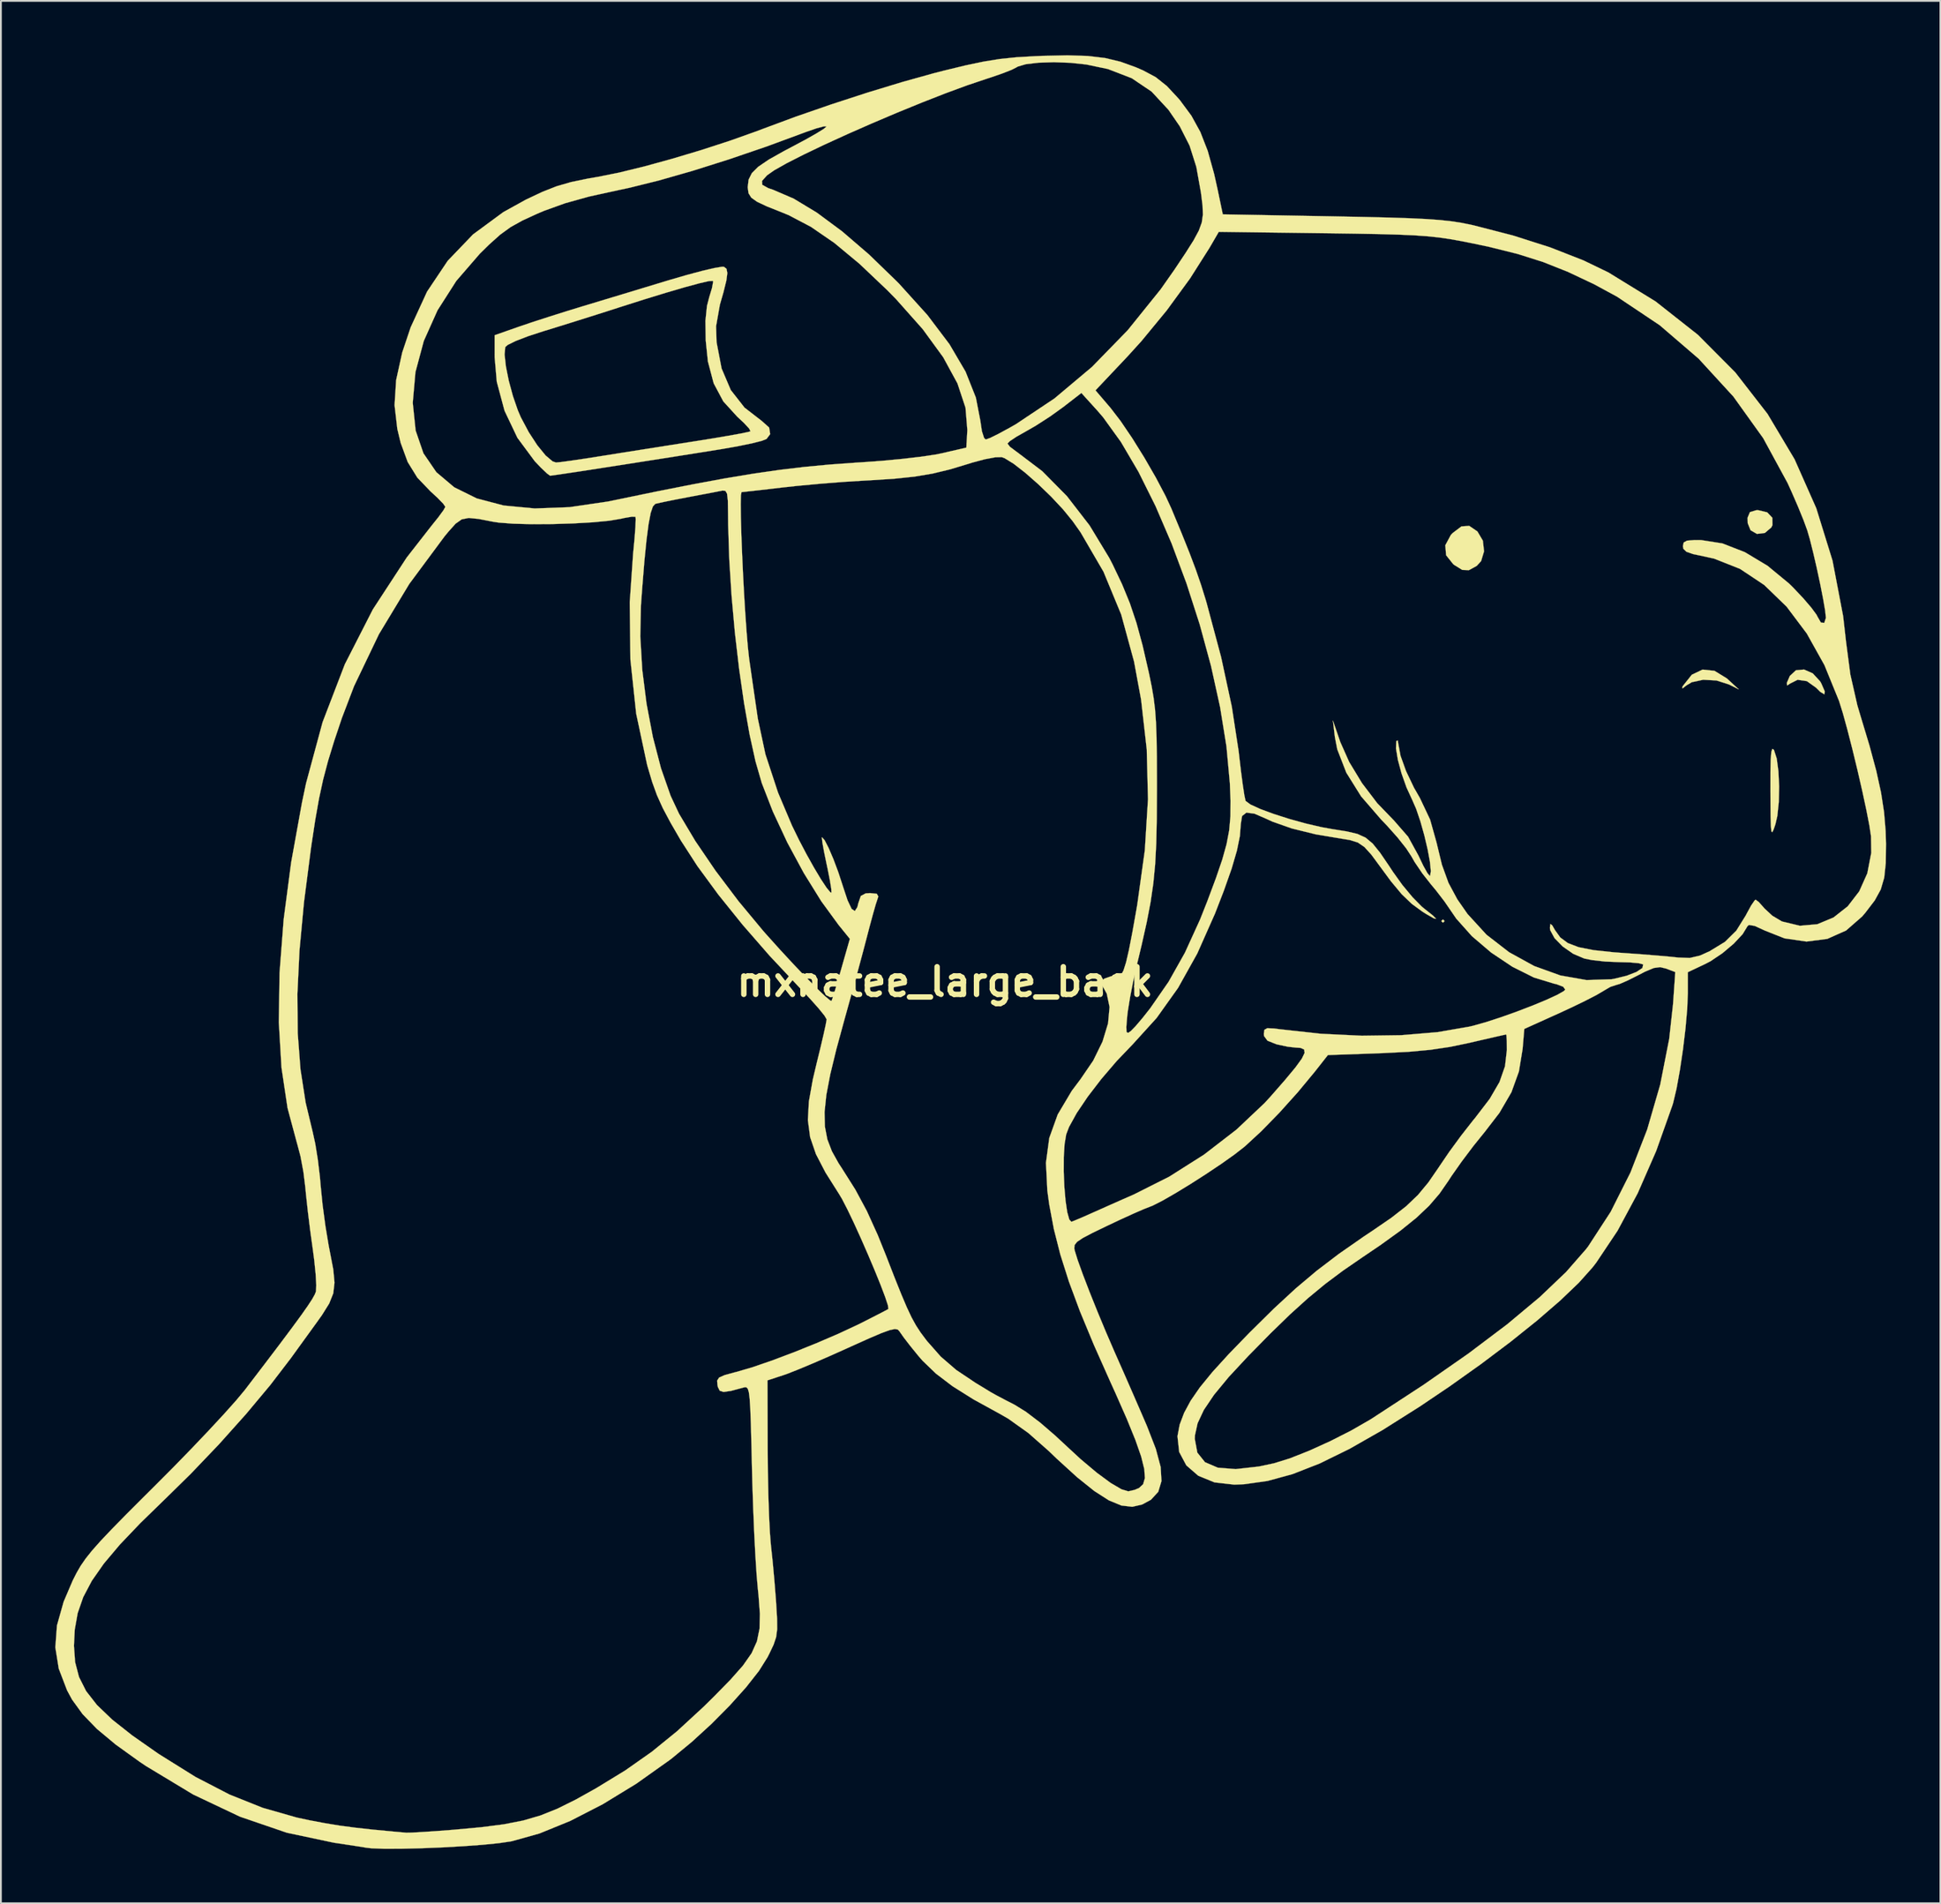
<source format=kicad_pcb>
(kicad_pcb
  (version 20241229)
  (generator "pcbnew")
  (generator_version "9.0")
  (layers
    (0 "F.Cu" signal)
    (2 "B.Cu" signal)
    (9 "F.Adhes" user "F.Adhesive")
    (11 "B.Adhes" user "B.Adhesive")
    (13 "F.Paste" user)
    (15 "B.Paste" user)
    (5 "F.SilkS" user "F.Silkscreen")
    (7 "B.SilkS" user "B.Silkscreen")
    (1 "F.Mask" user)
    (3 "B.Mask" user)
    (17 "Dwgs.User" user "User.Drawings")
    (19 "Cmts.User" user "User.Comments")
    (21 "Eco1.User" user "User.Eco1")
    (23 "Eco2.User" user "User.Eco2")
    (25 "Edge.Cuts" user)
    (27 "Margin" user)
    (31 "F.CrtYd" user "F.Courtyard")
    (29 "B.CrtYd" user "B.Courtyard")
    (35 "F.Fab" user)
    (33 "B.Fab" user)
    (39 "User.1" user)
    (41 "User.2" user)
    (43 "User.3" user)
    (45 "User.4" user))
  (footprint "mxnatee_large_back"
    (layer "F.Cu")
    (at 49.11 51.146)
    (property "Reference" "mxnatee_large_back" (at 0 0 0) (layer "F.SilkS") (effects (font (size 1.524 1.524) (thickness 0.3))))
    (attr through_hole)
    (fp_poly (pts (xy 27.577 -3.356) (xy 27.486 -3.266) (xy 27.396 -3.356) (xy 27.486 -3.447) (xy 27.577 -3.356)) (stroke (width 0.01) (type solid)) (fill yes) (layer "F.SilkS"))
    (fp_poly (pts (xy 45.384 -25.916) (xy 45.669 -25.614) (xy 45.675 -25.214) (xy 45.61 -25.082) (xy 45.254 -24.779) (xy 44.818 -24.726) (xy 44.466 -24.928) (xy 44.309 -25.317) (xy 44.3 -25.617) (xy 44.431 -25.929) (xy 44.773 -26.032) (xy 44.884 -26.035) (xy 45.384 -25.916)) (stroke (width 0.01) (type solid)) (fill yes) (layer "F.SilkS"))
    (fp_poly (pts (xy 42.472 -17.169) (xy 43.157 -16.749) (xy 43.222 -16.69) (xy 43.815 -16.144) (xy 43.271 -16.417) (xy 42.585 -16.635) (xy 41.854 -16.676) (xy 41.219 -16.54) (xy 40.941 -16.374) (xy 40.706 -16.195) (xy 40.7 -16.277) (xy 40.727 -16.329) (xy 41.224 -16.954) (xy 41.817 -17.236) (xy 42.472 -17.169)) (stroke (width 0.01) (type solid)) (fill yes) (layer "F.SilkS"))
    (fp_poly (pts (xy 47.896 -17.029) (xy 48.303 -16.59) (xy 48.371 -16.471) (xy 48.563 -16.027) (xy 48.539 -15.871) (xy 48.309 -16.011) (xy 48.078 -16.239) (xy 47.574 -16.599) (xy 47.062 -16.674) (xy 46.663 -16.474) (xy 46.48 -16.357) (xy 46.471 -16.513) (xy 46.634 -16.885) (xy 46.968 -17.198) (xy 47.42 -17.239) (xy 47.896 -17.029)) (stroke (width 0.01) (type solid)) (fill yes) (layer "F.SilkS"))
    (fp_poly (pts (xy 29.38 -24.867) (xy 29.391 -24.856) (xy 29.689 -24.353) (xy 29.755 -23.764) (xy 29.593 -23.227) (xy 29.351 -22.961) (xy 28.918 -22.724) (xy 28.551 -22.739) (xy 28.105 -23.016) (xy 28.055 -23.055) (xy 27.662 -23.546) (xy 27.616 -24.097) (xy 27.919 -24.662) (xy 28.022 -24.773) (xy 28.508 -25.14) (xy 28.937 -25.169) (xy 29.38 -24.867)) (stroke (width 0.01) (type solid)) (fill yes) (layer "F.SilkS"))
    (fp_poly (pts (xy 45.746 -12.814) (xy 45.76 -12.791) (xy 45.909 -12.329) (xy 46.003 -11.622) (xy 46.042 -10.782) (xy 46.023 -9.923) (xy 45.943 -9.158) (xy 45.84 -8.709) (xy 45.737 -8.405) (xy 45.664 -8.26) (xy 45.616 -8.31) (xy 45.588 -8.594) (xy 45.572 -9.148) (xy 45.565 -10.01) (xy 45.562 -10.523) (xy 45.563 -11.559) (xy 45.578 -12.269) (xy 45.612 -12.69) (xy 45.666 -12.859) (xy 45.746 -12.814)) (stroke (width 0.01) (type solid)) (fill yes) (layer "F.SilkS"))
    (fp_poly (pts (xy -12.2 -39.468) (xy -12.059 -39.357) (xy -12.013 -39.126) (xy -12.067 -38.715) (xy -12.227 -38.067) (xy -12.426 -37.374) (xy -12.635 -36.19) (xy -12.608 -35.308) (xy -12.331 -33.858) (xy -11.824 -32.667) (xy -11.065 -31.697) (xy -10.115 -30.962) (xy -9.705 -30.596) (xy -9.649 -30.234) (xy -9.852 -29.965) (xy -10.115 -29.862) (xy -10.659 -29.725) (xy -11.407 -29.571) (xy -12.281 -29.416) (xy -12.347 -29.405) (xy -13.584 -29.207) (xy -14.888 -29) (xy -16.21 -28.792) (xy -17.5 -28.59) (xy -18.708 -28.402) (xy -19.784 -28.235) (xy -20.678 -28.099) (xy -21.341 -28) (xy -21.722 -27.946) (xy -21.794 -27.938) (xy -21.967 -28.062) (xy -22.303 -28.382) (xy -22.644 -28.74) (xy -23.599 -30.029) (xy -24.31 -31.522) (xy -24.739 -33.125) (xy -24.856 -34.48) (xy -24.856 -34.626) (xy -24.309 -34.626) (xy -24.237 -33.973) (xy -24.077 -33.178) (xy -23.85 -32.338) (xy -23.579 -31.552) (xy -23.412 -31.163) (xy -22.973 -30.338) (xy -22.501 -29.615) (xy -22.045 -29.056) (xy -21.655 -28.727) (xy -21.468 -28.666) (xy -21.188 -28.693) (xy -20.631 -28.769) (xy -19.877 -28.88) (xy -19.004 -29.017) (xy -18.986 -29.02) (xy -17.99 -29.179) (xy -16.769 -29.372) (xy -15.457 -29.579) (xy -14.189 -29.779) (xy -13.8 -29.839) (xy -12.804 -29.999) (xy -11.938 -30.146) (xy -11.264 -30.268) (xy -10.844 -30.356) (xy -10.733 -30.39) (xy -10.812 -30.544) (xy -11.103 -30.858) (xy -11.467 -31.197) (xy -12.235 -32.04) (xy -12.766 -33.036) (xy -13.086 -34.246) (xy -13.206 -35.411) (xy -13.222 -36.488) (xy -13.137 -37.311) (xy -13.01 -37.8) (xy -12.861 -38.293) (xy -12.799 -38.624) (xy -12.809 -38.693) (xy -13.021 -38.682) (xy -13.541 -38.564) (xy -14.335 -38.35) (xy -15.367 -38.048) (xy -16.602 -37.669) (xy -18.005 -37.223) (xy -18.052 -37.207) (xy -19.144 -36.858) (xy -20.357 -36.475) (xy -21.518 -36.113) (xy -22.199 -35.904) (xy -23.03 -35.632) (xy -23.697 -35.374) (xy -24.134 -35.159) (xy -24.272 -35.038) (xy -24.309 -34.626) (xy -24.856 -34.626) (xy -24.856 -35.693) (xy -23.54 -36.155) (xy -22.821 -36.399) (xy -21.884 -36.703) (xy -20.861 -37.026) (xy -20.048 -37.275) (xy -19.033 -37.582) (xy -17.814 -37.95) (xy -16.534 -38.338) (xy -15.336 -38.701) (xy -15.169 -38.751) (xy -14.22 -39.027) (xy -13.382 -39.25) (xy -12.72 -39.404) (xy -12.302 -39.472) (xy -12.2 -39.468)) (stroke (width 0.01) (type solid)) (fill yes) (layer "F.SilkS"))
    (fp_poly (pts (xy 7.887 -51.106) (xy 8.833 -50.993) (xy 9.687 -50.789) (xy 10.539 -50.481) (xy 10.932 -50.311) (xy 11.632 -49.936) (xy 12.246 -49.448) (xy 12.895 -48.75) (xy 12.98 -48.648) (xy 13.599 -47.811) (xy 14.094 -46.912) (xy 14.502 -45.867) (xy 14.857 -44.591) (xy 15.05 -43.724) (xy 15.334 -42.364) (xy 21.41 -42.253) (xy 23.123 -42.22) (xy 24.521 -42.186) (xy 25.652 -42.149) (xy 26.563 -42.105) (xy 27.302 -42.052) (xy 27.917 -41.986) (xy 28.456 -41.905) (xy 28.966 -41.805) (xy 29.171 -41.759) (xy 31.355 -41.196) (xy 33.404 -40.542) (xy 35.24 -39.823) (xy 36.616 -39.159) (xy 39.22 -37.559) (xy 41.557 -35.717) (xy 43.62 -33.643) (xy 45.401 -31.35) (xy 46.894 -28.846) (xy 48.092 -26.144) (xy 48.988 -23.254) (xy 49.575 -20.187) (xy 49.73 -18.814) (xy 49.972 -16.967) (xy 50.359 -15.267) (xy 50.534 -14.679) (xy 51.031 -13.033) (xy 51.403 -11.649) (xy 51.666 -10.453) (xy 51.833 -9.371) (xy 51.92 -8.33) (xy 51.941 -7.62) (xy 51.928 -6.558) (xy 51.843 -5.753) (xy 51.651 -5.098) (xy 51.317 -4.491) (xy 50.808 -3.825) (xy 50.627 -3.611) (xy 49.74 -2.836) (xy 48.7 -2.372) (xy 47.552 -2.225) (xy 46.341 -2.402) (xy 45.271 -2.825) (xy 44.692 -3.089) (xy 44.374 -3.142) (xy 44.294 -3.071) (xy 44.028 -2.634) (xy 43.538 -2.11) (xy 42.917 -1.585) (xy 42.262 -1.144) (xy 41.985 -0.998) (xy 41.003 -0.534) (xy 41.003 0.634) (xy 40.968 1.502) (xy 40.874 2.569) (xy 40.735 3.726) (xy 40.565 4.867) (xy 40.381 5.885) (xy 40.195 6.671) (xy 40.155 6.804) (xy 39.254 9.339) (xy 38.236 11.666) (xy 37.124 13.736) (xy 35.944 15.501) (xy 35.74 15.765) (xy 34.988 16.606) (xy 33.958 17.591) (xy 32.688 18.689) (xy 31.218 19.868) (xy 29.587 21.096) (xy 27.834 22.343) (xy 26.207 23.44) (xy 24.158 24.734) (xy 22.325 25.779) (xy 20.676 26.587) (xy 19.179 27.172) (xy 17.8 27.549) (xy 16.509 27.73) (xy 15.966 27.751) (xy 14.874 27.627) (xy 13.982 27.261) (xy 13.322 26.689) (xy 12.928 25.949) (xy 12.85 25.234) (xy 13.789 25.234) (xy 13.929 25.985) (xy 14.352 26.513) (xy 15.058 26.816) (xy 16.047 26.895) (xy 17.322 26.752) (xy 18.163 26.573) (xy 19.037 26.302) (xy 20.109 25.878) (xy 21.273 25.349) (xy 22.424 24.764) (xy 23.458 24.17) (xy 23.586 24.09) (xy 26.412 22.244) (xy 28.894 20.514) (xy 31.034 18.9) (xy 32.829 17.401) (xy 34.281 16.018) (xy 35.389 14.75) (xy 35.505 14.598) (xy 36.746 12.692) (xy 37.839 10.519) (xy 38.759 8.153) (xy 39.48 5.669) (xy 39.976 3.143) (xy 40.187 1.227) (xy 40.311 -0.54) (xy 39.808 -0.732) (xy 39.476 -0.813) (xy 39.126 -0.766) (xy 38.646 -0.565) (xy 38.269 -0.371) (xy 37.699 -0.084) (xy 37.242 0.115) (xy 37.014 0.181) (xy 36.722 0.279) (xy 36.322 0.513) (xy 36.314 0.519) (xy 35.956 0.729) (xy 35.354 1.039) (xy 34.598 1.406) (xy 33.904 1.727) (xy 31.976 2.598) (xy 31.883 3.703) (xy 31.679 4.947) (xy 31.265 6.094) (xy 30.6 7.235) (xy 29.802 8.271) (xy 29.169 9.056) (xy 28.522 9.915) (xy 27.966 10.706) (xy 27.783 10.987) (xy 27.294 11.692) (xy 26.725 12.354) (xy 26.026 13.017) (xy 25.145 13.728) (xy 24.032 14.531) (xy 23.041 15.202) (xy 21.963 15.944) (xy 20.982 16.678) (xy 20.033 17.462) (xy 19.048 18.353) (xy 17.962 19.408) (xy 16.734 20.657) (xy 15.658 21.815) (xy 14.85 22.794) (xy 14.286 23.631) (xy 13.943 24.363) (xy 13.797 25.027) (xy 13.789 25.234) (xy 12.85 25.234) (xy 12.834 25.077) (xy 12.955 24.437) (xy 13.201 23.788) (xy 13.562 23.118) (xy 14.069 22.384) (xy 14.756 21.543) (xy 15.655 20.555) (xy 16.798 19.375) (xy 16.829 19.344) (xy 18.161 18.029) (xy 19.361 16.921) (xy 20.52 15.945) (xy 21.732 15.022) (xy 23.088 14.077) (xy 23.586 13.745) (xy 24.641 13.021) (xy 25.456 12.385) (xy 26.109 11.761) (xy 26.683 11.069) (xy 27.259 10.232) (xy 27.295 10.176) (xy 27.833 9.385) (xy 28.488 8.491) (xy 29.135 7.663) (xy 29.262 7.51) (xy 30.069 6.456) (xy 30.608 5.529) (xy 30.912 4.659) (xy 31.014 3.774) (xy 31.014 3.765) (xy 31.011 3.262) (xy 30.991 2.952) (xy 30.976 2.903) (xy 30.79 2.942) (xy 30.325 3.047) (xy 29.651 3.202) (xy 28.935 3.368) (xy 27.864 3.591) (xy 26.79 3.75) (xy 25.597 3.86) (xy 24.167 3.933) (xy 24.039 3.937) (xy 21.136 4.04) (xy 20.411 4.961) (xy 19.474 6.092) (xy 18.46 7.219) (xy 17.46 8.244) (xy 16.565 9.07) (xy 16.52 9.108) (xy 15.977 9.531) (xy 15.252 10.045) (xy 14.418 10.603) (xy 13.549 11.16) (xy 12.718 11.667) (xy 11.998 12.08) (xy 11.463 12.352) (xy 11.287 12.42) (xy 10.962 12.548) (xy 10.393 12.796) (xy 9.666 13.128) (xy 8.96 13.461) (xy 8.143 13.856) (xy 7.605 14.139) (xy 7.292 14.349) (xy 7.154 14.527) (xy 7.137 14.711) (xy 7.162 14.835) (xy 7.323 15.354) (xy 7.603 16.133) (xy 7.974 17.099) (xy 8.407 18.179) (xy 8.874 19.302) (xy 9.346 20.396) (xy 9.433 20.592) (xy 9.896 21.64) (xy 10.413 22.822) (xy 10.906 23.957) (xy 11.148 24.518) (xy 11.636 25.775) (xy 11.904 26.776) (xy 11.95 27.555) (xy 11.772 28.147) (xy 11.368 28.586) (xy 10.884 28.848) (xy 10.338 28.974) (xy 9.737 28.904) (xy 9.05 28.621) (xy 8.246 28.106) (xy 7.294 27.343) (xy 6.164 26.314) (xy 5.736 25.902) (xy 4.603 24.903) (xy 3.492 24.111) (xy 3.014 23.837) (xy 1.568 23.043) (xy 0.414 22.317) (xy -0.502 21.62) (xy -1.234 20.915) (xy -1.455 20.662) (xy -1.907 20.106) (xy -2.279 19.624) (xy -2.497 19.313) (xy -2.509 19.294) (xy -2.603 19.191) (xy -2.769 19.162) (xy -3.057 19.223) (xy -3.514 19.39) (xy -4.192 19.679) (xy -5.139 20.105) (xy -5.333 20.193) (xy -6.316 20.634) (xy -7.258 21.043) (xy -8.078 21.386) (xy -8.692 21.628) (xy -8.89 21.698) (xy -9.797 21.995) (xy -9.787 25.829) (xy -9.776 27.084) (xy -9.75 28.317) (xy -9.712 29.447) (xy -9.665 30.389) (xy -9.612 31.06) (xy -9.606 31.115) (xy -9.513 31.993) (xy -9.417 33.043) (xy -9.335 34.074) (xy -9.317 34.337) (xy -9.268 35.16) (xy -9.263 35.734) (xy -9.321 36.171) (xy -9.459 36.583) (xy -9.696 37.083) (xy -9.791 37.271) (xy -10.267 38.031) (xy -10.981 38.939) (xy -11.877 39.937) (xy -12.895 40.963) (xy -13.98 41.956) (xy -15.074 42.858) (xy -15.205 42.958) (xy -17.045 44.264) (xy -18.891 45.392) (xy -20.689 46.316) (xy -22.382 47.006) (xy -23.915 47.435) (xy -23.962 47.444) (xy -24.618 47.54) (xy -25.519 47.63) (xy -26.587 47.709) (xy -27.742 47.775) (xy -28.904 47.822) (xy -29.993 47.849) (xy -30.931 47.852) (xy -31.638 47.826) (xy -31.931 47.794) (xy -32.333 47.728) (xy -32.963 47.631) (xy -33.688 47.522) (xy -33.735 47.515) (xy -36.328 46.965) (xy -38.909 46.081) (xy -41.497 44.855) (xy -44.111 43.278) (xy -44.45 43.05) (xy -45.777 42.096) (xy -46.811 41.234) (xy -47.598 40.422) (xy -48.182 39.616) (xy -48.456 39.11) (xy -48.917 37.907) (xy -49.105 36.735) (xy -49.098 36.646) (xy -48.079 36.646) (xy -48.014 37.548) (xy -47.8 38.368) (xy -47.408 39.146) (xy -46.806 39.918) (xy -45.965 40.723) (xy -44.855 41.6) (xy -43.446 42.586) (xy -43.361 42.642) (xy -41.371 43.884) (xy -39.497 44.855) (xy -37.658 45.591) (xy -35.774 46.129) (xy -35.089 46.276) (xy -34.237 46.437) (xy -33.428 46.57) (xy -32.569 46.685) (xy -31.571 46.795) (xy -30.339 46.911) (xy -29.735 46.965) (xy -29.451 46.96) (xy -28.884 46.929) (xy -28.114 46.878) (xy -27.222 46.81) (xy -27.132 46.802) (xy -25.599 46.662) (xy -24.344 46.5) (xy -23.281 46.292) (xy -22.324 46.012) (xy -21.387 45.636) (xy -20.385 45.139) (xy -19.256 44.509) (xy -17.643 43.523) (xy -16.187 42.5) (xy -14.786 41.361) (xy -13.334 40.023) (xy -12.774 39.472) (xy -11.843 38.522) (xy -11.152 37.741) (xy -10.674 37.058) (xy -10.378 36.401) (xy -10.235 35.698) (xy -10.216 34.877) (xy -10.291 33.867) (xy -10.33 33.491) (xy -10.397 32.725) (xy -10.464 31.677) (xy -10.529 30.429) (xy -10.586 29.06) (xy -10.633 27.652) (xy -10.652 26.882) (xy -10.685 25.476) (xy -10.714 24.391) (xy -10.744 23.589) (xy -10.779 23.027) (xy -10.823 22.665) (xy -10.882 22.463) (xy -10.959 22.38) (xy -11.059 22.376) (xy -11.139 22.396) (xy -11.812 22.577) (xy -12.218 22.636) (xy -12.433 22.568) (xy -12.534 22.364) (xy -12.556 22.262) (xy -12.576 22.011) (xy -12.469 21.843) (xy -12.161 21.705) (xy -11.58 21.547) (xy -11.498 21.527) (xy -10.65 21.28) (xy -9.57 20.909) (xy -8.352 20.451) (xy -7.091 19.943) (xy -5.879 19.422) (xy -4.811 18.924) (xy -4.626 18.832) (xy -3.978 18.503) (xy -3.466 18.24) (xy -3.168 18.082) (xy -3.124 18.056) (xy -3.148 17.859) (xy -3.3 17.396) (xy -3.552 16.731) (xy -3.879 15.925) (xy -4.253 15.041) (xy -4.647 14.142) (xy -5.034 13.291) (xy -5.389 12.551) (xy -5.683 11.983) (xy -5.835 11.727) (xy -6.593 10.527) (xy -7.123 9.506) (xy -7.443 8.572) (xy -7.567 7.635) (xy -7.512 6.603) (xy -7.294 5.387) (xy -7.095 4.545) (xy -6.882 3.676) (xy -6.706 2.926) (xy -6.584 2.37) (xy -6.532 2.082) (xy -6.531 2.069) (xy -6.652 1.862) (xy -6.98 1.457) (xy -7.467 0.91) (xy -8.063 0.281) (xy -8.097 0.245) (xy -9.679 -1.44) (xy -11.166 -3.147) (xy -12.511 -4.817) (xy -13.664 -6.389) (xy -14.577 -7.801) (xy -15.154 -8.798) (xy -15.579 -9.598) (xy -15.898 -10.305) (xy -16.159 -11.025) (xy -16.408 -11.863) (xy -16.444 -11.995) (xy -17.044 -14.804) (xy -17.364 -17.804) (xy -17.378 -19.071) (xy -16.819 -19.071) (xy -16.711 -17.236) (xy -16.474 -15.354) (xy -16.123 -13.509) (xy -15.675 -11.787) (xy -15.145 -10.272) (xy -14.682 -9.285) (xy -13.783 -7.777) (xy -12.667 -6.137) (xy -11.4 -4.457) (xy -10.05 -2.832) (xy -9.869 -2.626) (xy -9.104 -1.775) (xy -8.356 -0.967) (xy -7.665 -0.242) (xy -7.07 0.36) (xy -6.612 0.798) (xy -6.33 1.031) (xy -6.262 1.054) (xy -6.194 0.867) (xy -6.053 0.409) (xy -5.86 -0.241) (xy -5.732 -0.688) (xy -5.25 -2.375) (xy -5.869 -3.138) (xy -6.825 -4.447) (xy -7.789 -6.002) (xy -8.702 -7.692) (xy -9.502 -9.405) (xy -10.112 -10.976) (xy -10.457 -12.17) (xy -10.786 -13.662) (xy -11.09 -15.387) (xy -11.363 -17.279) (xy -11.595 -19.274) (xy -11.779 -21.308) (xy -11.906 -23.314) (xy -11.968 -25.228) (xy -11.974 -25.882) (xy -11.981 -26.385) (xy -11.275 -26.385) (xy -11.267 -25.662) (xy -11.242 -24.749) (xy -11.202 -23.703) (xy -11.151 -22.581) (xy -11.091 -21.442) (xy -11.024 -20.342) (xy -10.953 -19.339) (xy -10.882 -18.49) (xy -10.812 -17.852) (xy -10.802 -17.78) (xy -10.661 -16.798) (xy -10.512 -15.772) (xy -10.38 -14.864) (xy -10.33 -14.523) (xy -9.911 -12.561) (xy -9.216 -10.448) (xy -8.448 -8.633) (xy -8.07 -7.857) (xy -7.654 -7.063) (xy -7.235 -6.313) (xy -6.85 -5.669) (xy -6.534 -5.191) (xy -6.325 -4.941) (xy -6.267 -4.924) (xy -6.274 -5.119) (xy -6.348 -5.58) (xy -6.475 -6.224) (xy -6.531 -6.486) (xy -6.671 -7.164) (xy -6.764 -7.682) (xy -6.796 -7.958) (xy -6.789 -7.983) (xy -6.646 -7.823) (xy -6.426 -7.398) (xy -6.164 -6.787) (xy -5.895 -6.071) (xy -5.651 -5.328) (xy -5.648 -5.316) (xy -5.376 -4.497) (xy -5.154 -4.03) (xy -4.977 -3.908) (xy -4.837 -4.124) (xy -4.783 -4.342) (xy -4.647 -4.739) (xy -4.375 -4.885) (xy -4.131 -4.899) (xy -3.763 -4.862) (xy -3.68 -4.713) (xy -3.722 -4.581) (xy -3.823 -4.274) (xy -3.984 -3.709) (xy -4.18 -2.983) (xy -4.295 -2.54) (xy -4.506 -1.735) (xy -4.785 -0.696) (xy -5.101 0.462) (xy -5.423 1.626) (xy -5.54 2.046) (xy -5.997 3.722) (xy -6.333 5.105) (xy -6.55 6.244) (xy -6.648 7.189) (xy -6.629 7.989) (xy -6.494 8.693) (xy -6.242 9.35) (xy -5.875 10.009) (xy -5.679 10.31) (xy -4.948 11.467) (xy -4.313 12.649) (xy -3.71 13.978) (xy -3.274 15.059) (xy -2.794 16.293) (xy -2.413 17.243) (xy -2.105 17.968) (xy -1.844 18.522) (xy -1.601 18.964) (xy -1.35 19.349) (xy -1.063 19.733) (xy -0.992 19.825) (xy -0.234 20.685) (xy 0.62 21.421) (xy 1.694 22.14) (xy 1.751 22.174) (xy 2.198 22.445) (xy 2.54 22.654) (xy 2.841 22.822) (xy 3.346 23.089) (xy 3.844 23.344) (xy 4.47 23.732) (xy 5.25 24.325) (xy 6.098 25.056) (xy 6.53 25.459) (xy 7.495 26.351) (xy 8.38 27.094) (xy 9.143 27.657) (xy 9.743 28.009) (xy 10.117 28.121) (xy 10.474 28.04) (xy 10.716 27.934) (xy 10.937 27.728) (xy 11.035 27.391) (xy 11.002 26.893) (xy 10.831 26.204) (xy 10.514 25.295) (xy 10.043 24.136) (xy 9.409 22.697) (xy 9.153 22.134) (xy 8.217 20.033) (xy 7.452 18.188) (xy 6.841 16.544) (xy 6.367 15.049) (xy 6.011 13.648) (xy 5.755 12.288) (xy 5.65 11.521) (xy 5.598 10.476) (xy 6.554 10.476) (xy 6.588 11.305) (xy 6.654 12.074) (xy 6.747 12.706) (xy 6.862 13.121) (xy 6.975 13.244) (xy 7.157 13.175) (xy 7.584 12.994) (xy 8.169 12.735) (xy 8.28 12.686) (xy 9.053 12.341) (xy 9.844 11.99) (xy 10.431 11.733) (xy 12.38 10.752) (xy 14.3 9.535) (xy 16.088 8.156) (xy 17.642 6.689) (xy 17.97 6.33) (xy 18.772 5.413) (xy 19.342 4.727) (xy 19.696 4.24) (xy 19.851 3.919) (xy 19.824 3.732) (xy 19.631 3.646) (xy 19.357 3.628) (xy 18.917 3.578) (xy 18.359 3.459) (xy 18.279 3.438) (xy 17.801 3.247) (xy 17.611 2.99) (xy 17.599 2.87) (xy 17.631 2.646) (xy 17.791 2.557) (xy 18.17 2.574) (xy 18.46 2.613) (xy 20.74 2.864) (xy 23.008 2.974) (xy 25.184 2.944) (xy 27.191 2.776) (xy 28.95 2.471) (xy 29.164 2.42) (xy 29.879 2.218) (xy 30.711 1.946) (xy 31.59 1.632) (xy 32.445 1.303) (xy 33.205 0.988) (xy 33.802 0.713) (xy 34.163 0.506) (xy 34.238 0.429) (xy 34.124 0.269) (xy 33.749 0.127) (xy 33.618 0.099) (xy 32.507 -0.24) (xy 31.32 -0.834) (xy 30.148 -1.617) (xy 29.084 -2.524) (xy 28.222 -3.49) (xy 27.937 -3.906) (xy 27.572 -4.438) (xy 27.096 -5.057) (xy 26.819 -5.39) (xy 26.35 -5.986) (xy 25.924 -6.615) (xy 25.748 -6.924) (xy 25.457 -7.37) (xy 24.982 -7.968) (xy 24.401 -8.621) (xy 24.074 -8.962) (xy 22.968 -10.241) (xy 22.153 -11.547) (xy 21.653 -12.835) (xy 21.521 -13.516) (xy 21.413 -14.424) (xy 21.819 -13.24) (xy 22.31 -12.137) (xy 23.018 -10.969) (xy 23.858 -9.864) (xy 24.74 -8.95) (xy 24.756 -8.936) (xy 25.562 -8.011) (xy 26.126 -6.985) (xy 26.402 -6.408) (xy 26.628 -6.004) (xy 26.763 -5.846) (xy 26.775 -5.85) (xy 26.82 -6.107) (xy 26.769 -6.623) (xy 26.642 -7.31) (xy 26.46 -8.084) (xy 26.242 -8.858) (xy 26.009 -9.547) (xy 25.788 -10.051) (xy 25.472 -10.74) (xy 25.2 -11.509) (xy 24.998 -12.257) (xy 24.894 -12.882) (xy 24.914 -13.284) (xy 24.918 -13.294) (xy 24.992 -13.326) (xy 25.023 -13.131) (xy 25.145 -12.477) (xy 25.446 -11.64) (xy 25.884 -10.722) (xy 26.214 -10.146) (xy 26.777 -8.956) (xy 27.13 -7.696) (xy 27.428 -6.466) (xy 27.791 -5.464) (xy 28.278 -4.557) (xy 28.843 -3.746) (xy 29.89 -2.602) (xy 31.139 -1.635) (xy 32.521 -0.875) (xy 33.968 -0.353) (xy 35.412 -0.099) (xy 36.785 -0.143) (xy 36.932 -0.168) (xy 37.626 -0.337) (xy 38.169 -0.547) (xy 38.494 -0.763) (xy 38.537 -0.952) (xy 38.522 -0.969) (xy 38.292 -1.03) (xy 37.806 -1.074) (xy 37.208 -1.09) (xy 36.448 -1.121) (xy 35.716 -1.203) (xy 35.288 -1.288) (xy 34.678 -1.548) (xy 34.099 -1.951) (xy 33.645 -2.414) (xy 33.406 -2.856) (xy 33.39 -2.984) (xy 33.417 -3.198) (xy 33.516 -3.122) (xy 33.667 -2.86) (xy 33.963 -2.449) (xy 34.382 -2.14) (xy 34.978 -1.913) (xy 35.808 -1.75) (xy 36.926 -1.631) (xy 37.374 -1.598) (xy 38.335 -1.53) (xy 39.247 -1.457) (xy 40.004 -1.391) (xy 40.478 -1.341) (xy 41.106 -1.318) (xy 41.675 -1.451) (xy 42.202 -1.689) (xy 43.054 -2.209) (xy 43.68 -2.828) (xy 44.204 -3.671) (xy 44.252 -3.765) (xy 44.499 -4.216) (xy 44.69 -4.494) (xy 44.745 -4.536) (xy 44.918 -4.408) (xy 45.197 -4.096) (xy 45.225 -4.06) (xy 45.667 -3.65) (xy 46.198 -3.334) (xy 47.188 -3.096) (xy 48.15 -3.181) (xy 49.043 -3.552) (xy 49.828 -4.169) (xy 50.464 -4.995) (xy 50.91 -5.991) (xy 51.128 -7.118) (xy 51.114 -8.039) (xy 51.024 -8.633) (xy 50.857 -9.493) (xy 50.633 -10.533) (xy 50.372 -11.67) (xy 50.093 -12.82) (xy 49.817 -13.898) (xy 49.564 -14.82) (xy 49.352 -15.501) (xy 48.543 -17.485) (xy 47.57 -19.228) (xy 46.456 -20.71) (xy 45.219 -21.907) (xy 43.882 -22.797) (xy 42.464 -23.358) (xy 41.981 -23.467) (xy 41.309 -23.608) (xy 40.925 -23.741) (xy 40.758 -23.902) (xy 40.731 -24.05) (xy 40.774 -24.251) (xy 40.962 -24.354) (xy 41.378 -24.386) (xy 41.746 -24.383) (xy 42.911 -24.2) (xy 44.151 -23.718) (xy 45.399 -22.969) (xy 46.588 -21.988) (xy 46.824 -21.756) (xy 47.371 -21.177) (xy 47.819 -20.655) (xy 48.104 -20.267) (xy 48.168 -20.144) (xy 48.347 -19.834) (xy 48.532 -19.812) (xy 48.623 -20.086) (xy 48.623 -20.11) (xy 48.582 -20.496) (xy 48.471 -21.141) (xy 48.312 -21.951) (xy 48.123 -22.833) (xy 47.924 -23.693) (xy 47.737 -24.438) (xy 47.593 -24.932) (xy 47.388 -25.49) (xy 47.077 -26.252) (xy 46.71 -27.095) (xy 46.505 -27.544) (xy 45.163 -30.011) (xy 43.518 -32.306) (xy 41.603 -34.395) (xy 39.451 -36.245) (xy 37.093 -37.822) (xy 35.817 -38.514) (xy 34.381 -39.191) (xy 33.026 -39.73) (xy 31.623 -40.175) (xy 30.047 -40.568) (xy 29.181 -40.752) (xy 28.483 -40.891) (xy 27.861 -41.002) (xy 27.258 -41.089) (xy 26.621 -41.156) (xy 25.896 -41.207) (xy 25.028 -41.245) (xy 23.962 -41.275) (xy 22.645 -41.299) (xy 21.022 -41.322) (xy 20.937 -41.323) (xy 15.113 -41.399) (xy 14.603 -40.521) (xy 13.527 -38.826) (xy 12.241 -37.065) (xy 10.842 -35.367) (xy 10.067 -34.513) (xy 8.307 -32.65) (xy 9.14 -31.676) (xy 9.693 -30.956) (xy 10.336 -30.008) (xy 11.005 -28.933) (xy 11.639 -27.834) (xy 12.177 -26.814) (xy 12.495 -26.126) (xy 13.056 -24.774) (xy 13.497 -23.674) (xy 13.845 -22.751) (xy 14.13 -21.925) (xy 14.381 -21.121) (xy 14.442 -20.911) (xy 15.241 -17.927) (xy 15.831 -15.193) (xy 16.209 -12.73) (xy 16.228 -12.56) (xy 16.334 -11.656) (xy 16.436 -10.882) (xy 16.523 -10.308) (xy 16.587 -10.008) (xy 16.596 -9.986) (xy 16.86 -9.79) (xy 17.402 -9.542) (xy 18.144 -9.268) (xy 19.008 -8.992) (xy 19.917 -8.74) (xy 20.795 -8.536) (xy 21.364 -8.434) (xy 22.172 -8.305) (xy 22.764 -8.166) (xy 23.215 -7.961) (xy 23.605 -7.636) (xy 24.009 -7.137) (xy 24.505 -6.41) (xy 24.733 -6.063) (xy 25.249 -5.344) (xy 25.808 -4.672) (xy 26.312 -4.16) (xy 26.457 -4.04) (xy 26.936 -3.66) (xy 27.111 -3.479) (xy 26.989 -3.503) (xy 26.573 -3.739) (xy 26.349 -3.88) (xy 25.766 -4.306) (xy 25.21 -4.84) (xy 24.612 -5.558) (xy 24.029 -6.35) (xy 23.537 -7.018) (xy 23.152 -7.444) (xy 22.787 -7.692) (xy 22.355 -7.828) (xy 21.953 -7.893) (xy 20.467 -8.143) (xy 19.143 -8.468) (xy 18.066 -8.848) (xy 17.769 -8.986) (xy 17.082 -9.284) (xy 16.637 -9.342) (xy 16.398 -9.153) (xy 16.329 -8.723) (xy 16.277 -8.049) (xy 16.112 -7.24) (xy 15.821 -6.247) (xy 15.389 -5.023) (xy 14.904 -3.77) (xy 13.926 -1.567) (xy 12.864 0.335) (xy 11.681 1.994) (xy 10.363 3.445) (xy 9.476 4.372) (xy 8.633 5.357) (xy 7.882 6.335) (xy 7.271 7.241) (xy 6.847 8.009) (xy 6.69 8.42) (xy 6.601 8.955) (xy 6.557 9.666) (xy 6.554 10.476) (xy 5.598 10.476) (xy 5.573 9.991) (xy 5.757 8.617) (xy 6.224 7.319) (xy 6.998 6.017) (xy 7.482 5.372) (xy 8.183 4.346) (xy 8.696 3.298) (xy 9.002 2.292) (xy 9.085 1.389) (xy 8.93 0.65) (xy 8.803 0.423) (xy 8.631 0.111) (xy 8.703 -0.094) (xy 8.794 -0.177) (xy 9.173 -0.309) (xy 9.396 -0.284) (xy 9.565 -0.271) (xy 9.713 -0.372) (xy 9.853 -0.628) (xy 9.996 -1.078) (xy 10.154 -1.761) (xy 10.34 -2.716) (xy 10.566 -3.984) (xy 10.614 -4.264) (xy 11.031 -7.26) (xy 11.206 -10.081) (xy 11.138 -12.822) (xy 10.825 -15.579) (xy 10.437 -17.679) (xy 9.729 -20.272) (xy 8.75 -22.639) (xy 7.485 -24.812) (xy 7.046 -25.433) (xy 6.516 -26.082) (xy 5.859 -26.784) (xy 5.141 -27.477) (xy 4.43 -28.101) (xy 3.792 -28.597) (xy 3.294 -28.904) (xy 3.138 -28.963) (xy 2.782 -28.956) (xy 2.198 -28.847) (xy 1.496 -28.659) (xy 1.324 -28.604) (xy 0.282 -28.289) (xy -0.68 -28.057) (xy -1.671 -27.89) (xy -2.798 -27.771) (xy -4.167 -27.683) (xy -4.354 -27.674) (xy -5.53 -27.602) (xy -6.867 -27.497) (xy -8.168 -27.376) (xy -8.889 -27.298) (xy -9.754 -27.197) (xy -10.478 -27.114) (xy -10.993 -27.057) (xy -11.225 -27.033) (xy -11.23 -27.033) (xy -11.264 -26.861) (xy -11.275 -26.385) (xy -11.981 -26.385) (xy -11.984 -26.558) (xy -12.027 -26.941) (xy -12.12 -27.104) (xy -12.282 -27.117) (xy -12.292 -27.115) (xy -12.61 -27.053) (xy -13.179 -26.944) (xy -13.895 -26.809) (xy -14.151 -26.76) (xy -14.89 -26.618) (xy -15.514 -26.492) (xy -15.92 -26.402) (xy -15.99 -26.384) (xy -16.122 -26.242) (xy -16.244 -25.882) (xy -16.36 -25.277) (xy -16.475 -24.4) (xy -16.592 -23.228) (xy -16.713 -21.732) (xy -16.783 -20.774) (xy -16.819 -19.071) (xy -17.378 -19.071) (xy -17.399 -20.956) (xy -17.214 -23.639) (xy -17.137 -24.439) (xy -17.087 -25.096) (xy -17.07 -25.532) (xy -17.082 -25.67) (xy -17.287 -25.676) (xy -17.71 -25.603) (xy -17.876 -25.564) (xy -18.529 -25.454) (xy -19.445 -25.366) (xy -20.53 -25.304) (xy -21.687 -25.269) (xy -22.821 -25.263) (xy -23.837 -25.29) (xy -24.638 -25.351) (xy -24.946 -25.398) (xy -25.743 -25.553) (xy -26.285 -25.607) (xy -26.674 -25.53) (xy -27.013 -25.29) (xy -27.403 -24.856) (xy -27.627 -24.584) (xy -29.569 -21.965) (xy -31.245 -19.189) (xy -32.618 -16.322) (xy -33.288 -14.567) (xy -33.72 -13.279) (xy -34.057 -12.18) (xy -34.326 -11.161) (xy -34.552 -10.115) (xy -34.761 -8.934) (xy -34.977 -7.51) (xy -35 -7.348) (xy -35.382 -4.39) (xy -35.63 -1.731) (xy -35.745 0.666) (xy -35.727 2.84) (xy -35.575 4.829) (xy -35.289 6.671) (xy -34.902 8.284) (xy -34.758 8.938) (xy -34.618 9.811) (xy -34.503 10.764) (xy -34.461 11.249) (xy -34.355 12.31) (xy -34.197 13.487) (xy -34.015 14.578) (xy -33.95 14.909) (xy -33.765 15.877) (xy -33.697 16.602) (xy -33.765 17.192) (xy -33.989 17.753) (xy -34.388 18.392) (xy -34.674 18.793) (xy -35.183 19.496) (xy -35.716 20.232) (xy -36.104 20.769) (xy -37.235 22.246) (xy -38.582 23.858) (xy -40.072 25.522) (xy -41.631 27.154) (xy -43.017 28.515) (xy -44.413 29.874) (xy -45.542 31.058) (xy -46.427 32.108) (xy -47.094 33.063) (xy -47.568 33.963) (xy -47.874 34.848) (xy -48.035 35.759) (xy -48.079 36.646) (xy -49.098 36.646) (xy -49.016 35.527) (xy -48.647 34.216) (xy -48.145 33.043) (xy -47.933 32.623) (xy -47.707 32.233) (xy -47.432 31.834) (xy -47.077 31.39) (xy -46.608 30.861) (xy -45.992 30.211) (xy -45.197 29.401) (xy -44.19 28.394) (xy -43.642 27.849) (xy -42.598 26.801) (xy -41.578 25.752) (xy -40.628 24.753) (xy -39.795 23.854) (xy -39.124 23.103) (xy -38.664 22.551) (xy -38.634 22.513) (xy -37.577 21.129) (xy -36.723 20.004) (xy -36.052 19.107) (xy -35.542 18.412) (xy -35.175 17.89) (xy -34.928 17.513) (xy -34.783 17.252) (xy -34.721 17.095) (xy -34.702 16.749) (xy -34.735 16.141) (xy -34.814 15.364) (xy -34.897 14.736) (xy -35.036 13.734) (xy -35.167 12.673) (xy -35.271 11.721) (xy -35.307 11.339) (xy -35.413 10.485) (xy -35.574 9.623) (xy -35.757 8.935) (xy -35.763 8.917) (xy -36.287 6.969) (xy -36.622 4.735) (xy -36.769 2.238) (xy -36.729 -0.498) (xy -36.502 -3.448) (xy -36.089 -6.591) (xy -35.49 -9.901) (xy -35.266 -10.961) (xy -34.353 -14.336) (xy -33.125 -17.532) (xy -31.579 -20.558) (xy -29.709 -23.423) (xy -28.356 -25.157) (xy -27.962 -25.649) (xy -27.682 -26.032) (xy -27.577 -26.222) (xy -27.703 -26.402) (xy -28.03 -26.737) (xy -28.401 -27.077) (xy -29.126 -27.835) (xy -29.656 -28.694) (xy -30.044 -29.753) (xy -30.229 -30.521) (xy -30.381 -31.831) (xy -30.373 -31.962) (xy -29.378 -31.962) (xy -29.219 -30.432) (xy -28.789 -29.177) (xy -28.074 -28.131) (xy -27.087 -27.298) (xy -25.843 -26.684) (xy -24.358 -26.293) (xy -22.646 -26.13) (xy -20.722 -26.202) (xy -18.6 -26.513) (xy -18.234 -26.588) (xy -15.939 -27.063) (xy -13.94 -27.458) (xy -12.18 -27.784) (xy -10.602 -28.047) (xy -9.148 -28.257) (xy -7.763 -28.422) (xy -6.39 -28.552) (xy -4.972 -28.655) (xy -4.657 -28.674) (xy -3.507 -28.757) (xy -2.369 -28.864) (xy -1.341 -28.984) (xy -0.521 -29.106) (xy -0.178 -29.175) (xy 1.179 -29.489) (xy 1.192 -29.713) (xy 3.448 -29.713) (xy 3.585 -29.535) (xy 3.919 -29.283) (xy 3.946 -29.266) (xy 5.367 -28.19) (xy 6.729 -26.812) (xy 7.98 -25.195) (xy 9.067 -23.4) (xy 9.253 -23.041) (xy 9.777 -21.94) (xy 10.205 -20.897) (xy 10.57 -19.808) (xy 10.906 -18.571) (xy 11.248 -17.084) (xy 11.274 -16.964) (xy 11.413 -16.283) (xy 11.518 -15.661) (xy 11.595 -15.032) (xy 11.646 -14.328) (xy 11.678 -13.483) (xy 11.694 -12.43) (xy 11.699 -11.102) (xy 11.699 -10.614) (xy 11.69 -8.99) (xy 11.661 -7.643) (xy 11.6 -6.486) (xy 11.499 -5.433) (xy 11.348 -4.398) (xy 11.136 -3.294) (xy 10.854 -2.035) (xy 10.603 -0.986) (xy 10.397 -0.076) (xy 10.218 0.837) (xy 10.092 1.612) (xy 10.057 1.903) (xy 10.01 2.485) (xy 10.021 2.77) (xy 10.107 2.819) (xy 10.258 2.716) (xy 10.519 2.448) (xy 10.909 1.989) (xy 11.327 1.46) (xy 12.342 -0.004) (xy 13.243 -1.606) (xy 14.078 -3.437) (xy 14.478 -4.445) (xy 14.954 -5.72) (xy 15.304 -6.744) (xy 15.543 -7.6) (xy 15.689 -8.373) (xy 15.757 -9.144) (xy 15.763 -9.998) (xy 15.725 -10.964) (xy 15.537 -12.998) (xy 15.185 -15.172) (xy 14.686 -17.433) (xy 14.062 -19.726) (xy 13.33 -21.999) (xy 12.51 -24.197) (xy 11.621 -26.265) (xy 10.682 -28.151) (xy 9.713 -29.8) (xy 8.732 -31.159) (xy 8.406 -31.538) (xy 7.529 -32.505) (xy 6.513 -31.719) (xy 5.801 -31.208) (xy 5.01 -30.698) (xy 4.473 -30.389) (xy 3.944 -30.09) (xy 3.574 -29.843) (xy 3.448 -29.713) (xy 1.192 -29.713) (xy 1.235 -30.457) (xy 1.133 -31.694) (xy 0.689 -33.033) (xy -0.097 -34.476) (xy -1.226 -36.025) (xy -2.699 -37.683) (xy -3.191 -38.184) (xy -4.721 -39.636) (xy -6.113 -40.792) (xy -7.402 -41.677) (xy -8.62 -42.317) (xy -8.996 -42.472) (xy -9.826 -42.802) (xy -10.371 -43.059) (xy -10.691 -43.286) (xy -10.842 -43.527) (xy -10.885 -43.827) (xy -10.886 -43.888) (xy -10.846 -44.211) (xy -10.099 -44.211) (xy -10.086 -43.996) (xy -9.756 -43.812) (xy -9.48 -43.717) (xy -8.352 -43.232) (xy -7.072 -42.459) (xy -5.672 -41.421) (xy -4.184 -40.141) (xy -2.64 -38.644) (xy -2.525 -38.526) (xy -0.972 -36.808) (xy 0.246 -35.197) (xy 1.135 -33.683) (xy 1.704 -32.251) (xy 1.951 -30.979) (xy 2.038 -30.393) (xy 2.158 -30.021) (xy 2.251 -29.936) (xy 2.491 -30.022) (xy 2.959 -30.253) (xy 3.575 -30.588) (xy 3.905 -30.776) (xy 6.042 -32.201) (xy 8.118 -33.946) (xy 10.086 -35.968) (xy 11.904 -38.224) (xy 12.655 -39.294) (xy 13.276 -40.225) (xy 13.72 -40.926) (xy 14.012 -41.466) (xy 14.176 -41.918) (xy 14.236 -42.351) (xy 14.218 -42.839) (xy 14.144 -43.45) (xy 14.127 -43.575) (xy 13.875 -44.982) (xy 13.502 -46.158) (xy 12.96 -47.226) (xy 12.335 -48.136) (xy 11.405 -49.14) (xy 10.309 -49.879) (xy 8.995 -50.386) (xy 7.801 -50.636) (xy 6.921 -50.73) (xy 6.011 -50.762) (xy 5.161 -50.735) (xy 4.464 -50.653) (xy 4.012 -50.52) (xy 3.944 -50.477) (xy 3.674 -50.341) (xy 3.154 -50.138) (xy 2.483 -49.907) (xy 2.268 -49.838) (xy 1.231 -49.489) (xy 0.031 -49.047) (xy -1.284 -48.532) (xy -2.661 -47.969) (xy -4.052 -47.378) (xy -5.404 -46.783) (xy -6.668 -46.205) (xy -7.792 -45.667) (xy -8.728 -45.191) (xy -9.423 -44.799) (xy -9.82 -44.52) (xy -10.099 -44.211) (xy -10.846 -44.211) (xy -10.837 -44.285) (xy -10.66 -44.639) (xy -10.308 -44.99) (xy -9.735 -45.381) (xy -8.893 -45.855) (xy -8.46 -46.083) (xy -7.713 -46.481) (xy -7.101 -46.827) (xy -6.687 -47.084) (xy -6.534 -47.215) (xy -6.534 -47.215) (xy -6.687 -47.221) (xy -7.093 -47.113) (xy -7.668 -46.914) (xy -7.756 -46.881) (xy -9.841 -46.112) (xy -11.923 -45.401) (xy -13.928 -44.768) (xy -15.784 -44.237) (xy -17.418 -43.831) (xy -18.052 -43.696) (xy -19.637 -43.349) (xy -20.961 -42.98) (xy -22.128 -42.56) (xy -22.497 -42.404) (xy -23.331 -42.02) (xy -23.978 -41.66) (xy -24.554 -41.242) (xy -25.174 -40.686) (xy -25.675 -40.193) (xy -26.974 -38.691) (xy -28.01 -37.07) (xy -28.768 -35.377) (xy -29.229 -33.659) (xy -29.378 -31.962) (xy -30.373 -31.962) (xy -30.294 -33.215) (xy -29.959 -34.735) (xy -29.494 -36.125) (xy -28.587 -38.099) (xy -27.446 -39.802) (xy -26.05 -41.257) (xy -24.381 -42.486) (xy -23.132 -43.177) (xy -22.22 -43.607) (xy -21.437 -43.915) (xy -20.643 -44.145) (xy -19.697 -44.341) (xy -19.141 -44.437) (xy -17.993 -44.667) (xy -16.601 -45.007) (xy -15.057 -45.432) (xy -13.451 -45.913) (xy -11.877 -46.425) (xy -10.425 -46.941) (xy -10.069 -47.076) (xy -8.255 -47.749) (xy -6.29 -48.429) (xy -4.288 -49.081) (xy -2.358 -49.668) (xy -0.611 -50.155) (xy -0.091 -50.289) (xy 1.141 -50.587) (xy 2.144 -50.798) (xy 3.036 -50.941) (xy 3.935 -51.034) (xy 4.961 -51.094) (xy 5.366 -51.111) (xy 6.761 -51.141) (xy 7.887 -51.106)) (stroke (width 0.01) (type solid)) (fill yes) (layer "F.SilkS")))
  (gr_rect
    (start -3 -3)
    (end 104.055 102.003)
    (stroke (width 0.1) (type default))
    (fill no)
    (layer "Edge.Cuts")))
</source>
